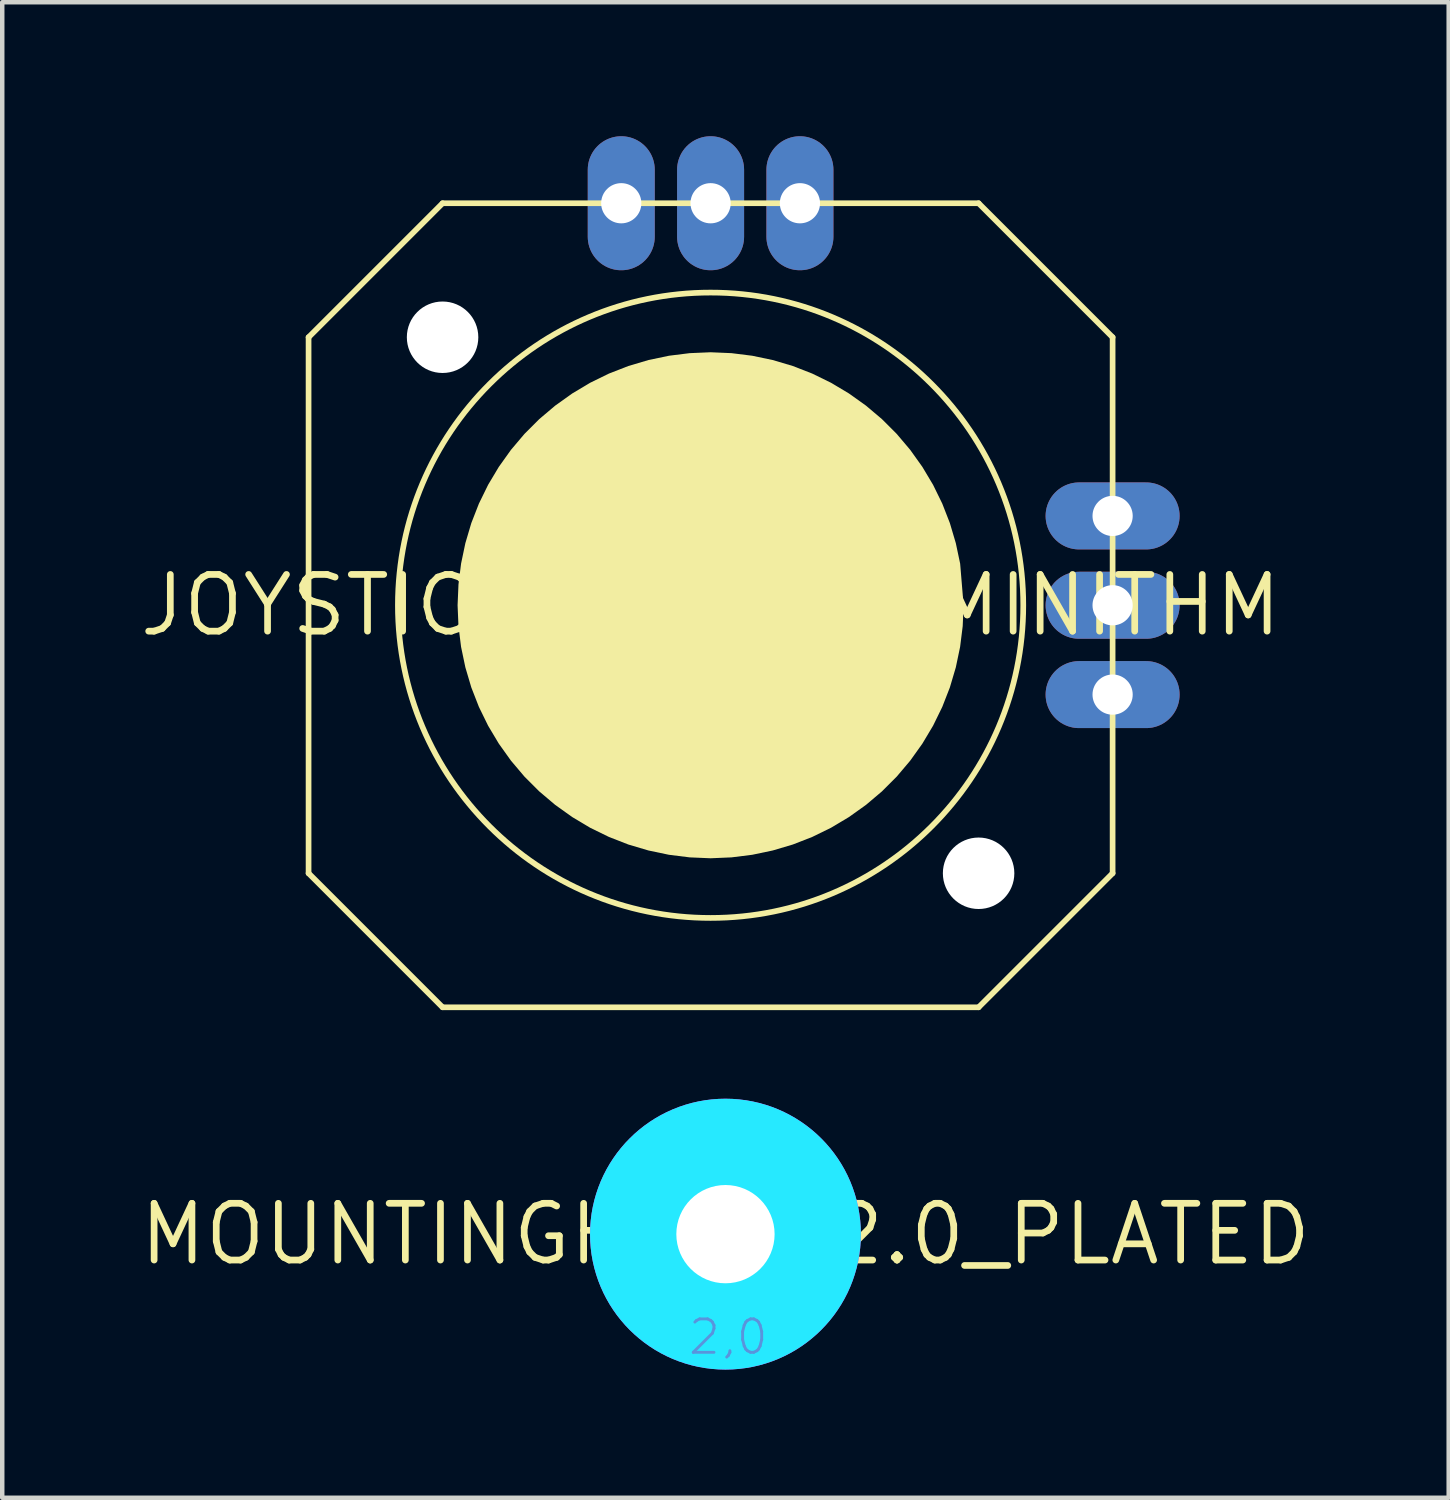
<source format=kicad_pcb>
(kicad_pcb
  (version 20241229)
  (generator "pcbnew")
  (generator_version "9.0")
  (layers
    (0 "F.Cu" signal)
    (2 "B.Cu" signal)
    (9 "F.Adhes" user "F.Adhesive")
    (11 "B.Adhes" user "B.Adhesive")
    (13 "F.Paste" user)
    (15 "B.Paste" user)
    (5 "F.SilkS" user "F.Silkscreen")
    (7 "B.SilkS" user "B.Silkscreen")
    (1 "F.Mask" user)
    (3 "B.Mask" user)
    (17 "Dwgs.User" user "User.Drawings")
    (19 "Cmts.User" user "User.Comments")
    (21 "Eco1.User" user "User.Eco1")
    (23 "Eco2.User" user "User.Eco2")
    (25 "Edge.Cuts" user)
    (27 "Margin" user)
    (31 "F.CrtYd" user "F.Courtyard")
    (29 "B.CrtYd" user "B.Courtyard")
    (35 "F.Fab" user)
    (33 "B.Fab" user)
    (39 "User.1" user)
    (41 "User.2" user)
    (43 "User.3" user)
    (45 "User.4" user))
  (footprint "JOYSTICK_ANALOG_MINITHM"
    (layer "F.Cu")
    (at 12.858 10.5)
    (property "Reference" "JOYSTICK_ANALOG_MINITHM" (at 0 0 0) (layer "F.SilkS") (effects (font (size 1.27 1.27) (thickness 0.15))))
    (fp_line (start -9 -6) (end -6 -9) (stroke (width 0.127) (type solid)) (layer "F.SilkS"))
    (fp_line (start -9 6) (end -9 -6) (stroke (width 0.127) (type solid)) (layer "F.SilkS"))
    (fp_line (start -6 -9) (end 6 -9) (stroke (width 0.127) (type solid)) (layer "F.SilkS"))
    (fp_line (start -6 9) (end -9 6) (stroke (width 0.127) (type solid)) (layer "F.SilkS"))
    (fp_line (start 6 -9) (end 9 -6) (stroke (width 0.127) (type solid)) (layer "F.SilkS"))
    (fp_line (start 6 9) (end -6 9) (stroke (width 0.127) (type solid)) (layer "F.SilkS"))
    (fp_line (start 9 -6) (end 9 6) (stroke (width 0.127) (type solid)) (layer "F.SilkS"))
    (fp_line (start 9 6) (end 6 9) (stroke (width 0.127) (type solid)) (layer "F.SilkS"))
    (fp_circle (center 0 0) (end 7 0) (stroke (width 0.127) (type solid)) (fill no) (layer "F.SilkS"))
    (fp_poly (pts (xy 0.468 -5.644) (xy 0.932 -5.586) (xy 1.39 -5.49) (xy 1.839 -5.357) (xy 2.275 -5.187) (xy 2.696 -4.981) (xy 3.098 -4.741) (xy 3.479 -4.469) (xy 3.836 -4.167) (xy 4.167 -3.836) (xy 4.469 -3.479) (xy 4.741 -3.098) (xy 4.981 -2.696) (xy 5.187 -2.275) (xy 5.357 -1.839) (xy 5.49 -1.39) (xy 5.587 -0.931) (xy 5.664 -0.001) (xy 5.644 0.468) (xy 5.586 0.932) (xy 5.49 1.39) (xy 5.357 1.839) (xy 5.187 2.275) (xy 4.981 2.696) (xy 4.741 3.098) (xy 4.469 3.479) (xy 4.167 3.836) (xy 3.836 4.167) (xy 3.479 4.469) (xy 3.098 4.741) (xy 2.696 4.981) (xy 2.275 5.187) (xy 1.839 5.357) (xy 1.39 5.49) (xy 0.932 5.586) (xy 0.468 5.644) (xy 0 5.664) (xy -0.468 5.644) (xy -0.932 5.586) (xy -1.39 5.49) (xy -1.839 5.357) (xy -2.275 5.187) (xy -2.696 4.981) (xy -3.098 4.741) (xy -3.479 4.469) (xy -3.836 4.167) (xy -4.167 3.836) (xy -4.469 3.479) (xy -4.741 3.098) (xy -4.981 2.696) (xy -5.187 2.275) (xy -5.357 1.839) (xy -5.49 1.39) (xy -5.586 0.932) (xy -5.644 0.468) (xy -5.664 0) (xy -5.644 -0.468) (xy -5.586 -0.932) (xy -5.49 -1.39) (xy -5.357 -1.839) (xy -5.187 -2.275) (xy -4.981 -2.696) (xy -4.741 -3.098) (xy -4.469 -3.479) (xy -4.167 -3.836) (xy -3.836 -4.167) (xy -3.479 -4.469) (xy -3.098 -4.741) (xy -2.696 -4.981) (xy -2.275 -5.187) (xy -1.839 -5.357) (xy -1.39 -5.49) (xy -0.932 -5.586) (xy -0.468 -5.644) (xy 0 -5.664)) (stroke (width 0) (type default)) (fill yes) (layer "F.SilkS"))
    (pad "" np_thru_hole circle (at -6 -6) (size 1.6 1.6) (drill 1.6) (layers "*.Cu" "*.Mask"))
    (pad "" np_thru_hole circle (at 6 6) (size 1.6 1.6) (drill 1.6) (layers "*.Cu" "*.Mask"))
    (pad "X" thru_hole oval (at 0 -9 90) (size 3 1.5) (drill 0.9) (layers "*.Cu" "*.Mask"))
    (pad "X+" thru_hole oval (at 2 -9 90) (size 3 1.5) (drill 0.9) (layers "*.Cu" "*.Mask"))
    (pad "X-" thru_hole oval (at -2 -9 90) (size 3 1.5) (drill 0.9) (layers "*.Cu" "*.Mask"))
    (pad "Y" thru_hole oval (at 9 0) (size 3 1.5) (drill 0.9) (layers "*.Cu" "*.Mask"))
    (pad "Y+" thru_hole oval (at 9 -2) (size 3 1.5) (drill 0.9) (layers "*.Cu" "*.Mask"))
    (pad "Y-" thru_hole oval (at 9 2) (size 3 1.5) (drill 0.9) (layers "*.Cu" "*.Mask")))
  (footprint "MOUNTINGHOLE_2.0_PLATED"
    (layer "F.Cu")
    (at 13.191 24.579)
    (property "Reference" "MOUNTINGHOLE_2.0_PLATED" (at 0 0 0) (layer "F.SilkS") (effects (font (size 1.27 1.27) (thickness 0.15))))
    (fp_circle (center 0 0) (end 1.8 0) (stroke (width 0.203) (type solid)) (fill no) (layer "F.SilkS"))
    (fp_circle (center 0 0) (end 1 0) (stroke (width 2.032) (type solid)) (fill no) (layer "B.CrtYd"))
    (fp_circle (center 0 0) (end 1 0) (stroke (width 2.032) (type solid)) (fill no) (layer "F.CrtYd"))
    (fp_text user "2,0" (at -0.87 2.74 0) (unlocked yes) (layer "Cmts.User") (effects (font (size 0.748 0.748) (thickness 0.065)) (justify left bottom)))
    (pad "P$1" thru_hole circle (at 0 0) (size 3 3) (drill 2.2) (layers "*.Cu" "*.Mask"))
    (zone (net_name "") (layer "F.Cu") (hatch edge 0.5) (connect_pads) (min_thickness 0.25) (filled_areas_thickness no) (keepout (tracks not_allowed) (vias not_allowed) (pads not_allowed) (copperpour not_allowed) (footprints allowed)) (placement (enabled no)) (fill) (polygon (pts (xy 15.207 24.579) (xy 15.187 24.299) (xy 15.129 24.024) (xy 15.033 23.76) (xy 14.901 23.511) (xy 14.735 23.284) (xy 14.54 23.081) (xy 14.318 22.908) (xy 14.075 22.768) (xy 13.814 22.662) (xy 13.541 22.594) (xy 13.261 22.565) (xy 12.98 22.575) (xy 12.703 22.623) (xy 12.436 22.71) (xy 12.183 22.834) (xy 11.95 22.991) (xy 11.741 23.179) (xy 11.56 23.395) (xy 11.411 23.633) (xy 11.297 23.89) (xy 11.219 24.16) (xy 11.18 24.439) (xy 11.18 24.72) (xy 11.219 24.999) (xy 11.297 25.269) (xy 11.411 25.526) (xy 11.56 25.764) (xy 11.741 25.98) (xy 11.95 26.168) (xy 12.183 26.325) (xy 12.436 26.449) (xy 12.703 26.536) (xy 12.98 26.584) (xy 13.261 26.594) (xy 13.541 26.565) (xy 13.814 26.497) (xy 14.075 26.391) (xy 14.318 26.251) (xy 14.54 26.078) (xy 14.735 25.875) (xy 14.901 25.648) (xy 15.033 25.399) (xy 15.129 25.135) (xy 15.187 24.86))) (polygon (pts (xy 13.175 24.579) (xy 13.18 24.591) (xy 13.191 24.596) (xy 13.202 24.591) (xy 13.207 24.579) (xy 13.202 24.568) (xy 13.191 24.564) (xy 13.18 24.568))))
    (zone (net_name "") (layers "F.Cu" "B.Cu") (hatch edge 0.5) (connect_pads) (min_thickness 0.25) (filled_areas_thickness no) (keepout (tracks allowed) (vias not_allowed) (pads allowed) (copperpour allowed) (footprints allowed)) (placement (enabled no)) (fill) (polygon (pts (xy 15.207 24.579) (xy 15.187 24.299) (xy 15.129 24.024) (xy 15.033 23.76) (xy 14.901 23.511) (xy 14.735 23.284) (xy 14.54 23.081) (xy 14.318 22.908) (xy 14.075 22.768) (xy 13.814 22.662) (xy 13.541 22.594) (xy 13.261 22.565) (xy 12.98 22.575) (xy 12.703 22.623) (xy 12.436 22.71) (xy 12.183 22.834) (xy 11.95 22.991) (xy 11.741 23.179) (xy 11.56 23.395) (xy 11.411 23.633) (xy 11.297 23.89) (xy 11.219 24.16) (xy 11.18 24.439) (xy 11.18 24.72) (xy 11.219 24.999) (xy 11.297 25.269) (xy 11.411 25.526) (xy 11.56 25.764) (xy 11.741 25.98) (xy 11.95 26.168) (xy 12.183 26.325) (xy 12.436 26.449) (xy 12.703 26.536) (xy 12.98 26.584) (xy 13.261 26.594) (xy 13.541 26.565) (xy 13.814 26.497) (xy 14.075 26.391) (xy 14.318 26.251) (xy 14.54 26.078) (xy 14.735 25.875) (xy 14.901 25.648) (xy 15.033 25.399) (xy 15.129 25.135) (xy 15.187 24.86))) (polygon (pts (xy 13.175 24.579) (xy 13.18 24.591) (xy 13.191 24.596) (xy 13.202 24.591) (xy 13.207 24.579) (xy 13.202 24.568) (xy 13.191 24.564) (xy 13.18 24.568))))
    (zone (net_name "") (layer "B.Cu") (hatch edge 0.5) (connect_pads) (min_thickness 0.25) (filled_areas_thickness no) (keepout (tracks not_allowed) (vias not_allowed) (pads not_allowed) (copperpour not_allowed) (footprints allowed)) (placement (enabled no)) (fill) (polygon (pts (xy 15.207 24.579) (xy 15.187 24.299) (xy 15.129 24.024) (xy 15.033 23.76) (xy 14.901 23.511) (xy 14.735 23.284) (xy 14.54 23.081) (xy 14.318 22.908) (xy 14.075 22.768) (xy 13.814 22.662) (xy 13.541 22.594) (xy 13.261 22.565) (xy 12.98 22.575) (xy 12.703 22.623) (xy 12.436 22.71) (xy 12.183 22.834) (xy 11.95 22.991) (xy 11.741 23.179) (xy 11.56 23.395) (xy 11.411 23.633) (xy 11.297 23.89) (xy 11.219 24.16) (xy 11.18 24.439) (xy 11.18 24.72) (xy 11.219 24.999) (xy 11.297 25.269) (xy 11.411 25.526) (xy 11.56 25.764) (xy 11.741 25.98) (xy 11.95 26.168) (xy 12.183 26.325) (xy 12.436 26.449) (xy 12.703 26.536) (xy 12.98 26.584) (xy 13.261 26.594) (xy 13.541 26.565) (xy 13.814 26.497) (xy 14.075 26.391) (xy 14.318 26.251) (xy 14.54 26.078) (xy 14.735 25.875) (xy 14.901 25.648) (xy 15.033 25.399) (xy 15.129 25.135) (xy 15.187 24.86))) (polygon (pts (xy 13.175 24.579) (xy 13.18 24.591) (xy 13.191 24.596) (xy 13.202 24.591) (xy 13.207 24.579) (xy 13.202 24.568) (xy 13.191 24.564) (xy 13.18 24.568)))))
  (gr_rect
    (start -3 -3)
    (end 29.382 30.48)
    (stroke (width 0.1) (type default))
    (fill no)
    (layer "Edge.Cuts")))
</source>
